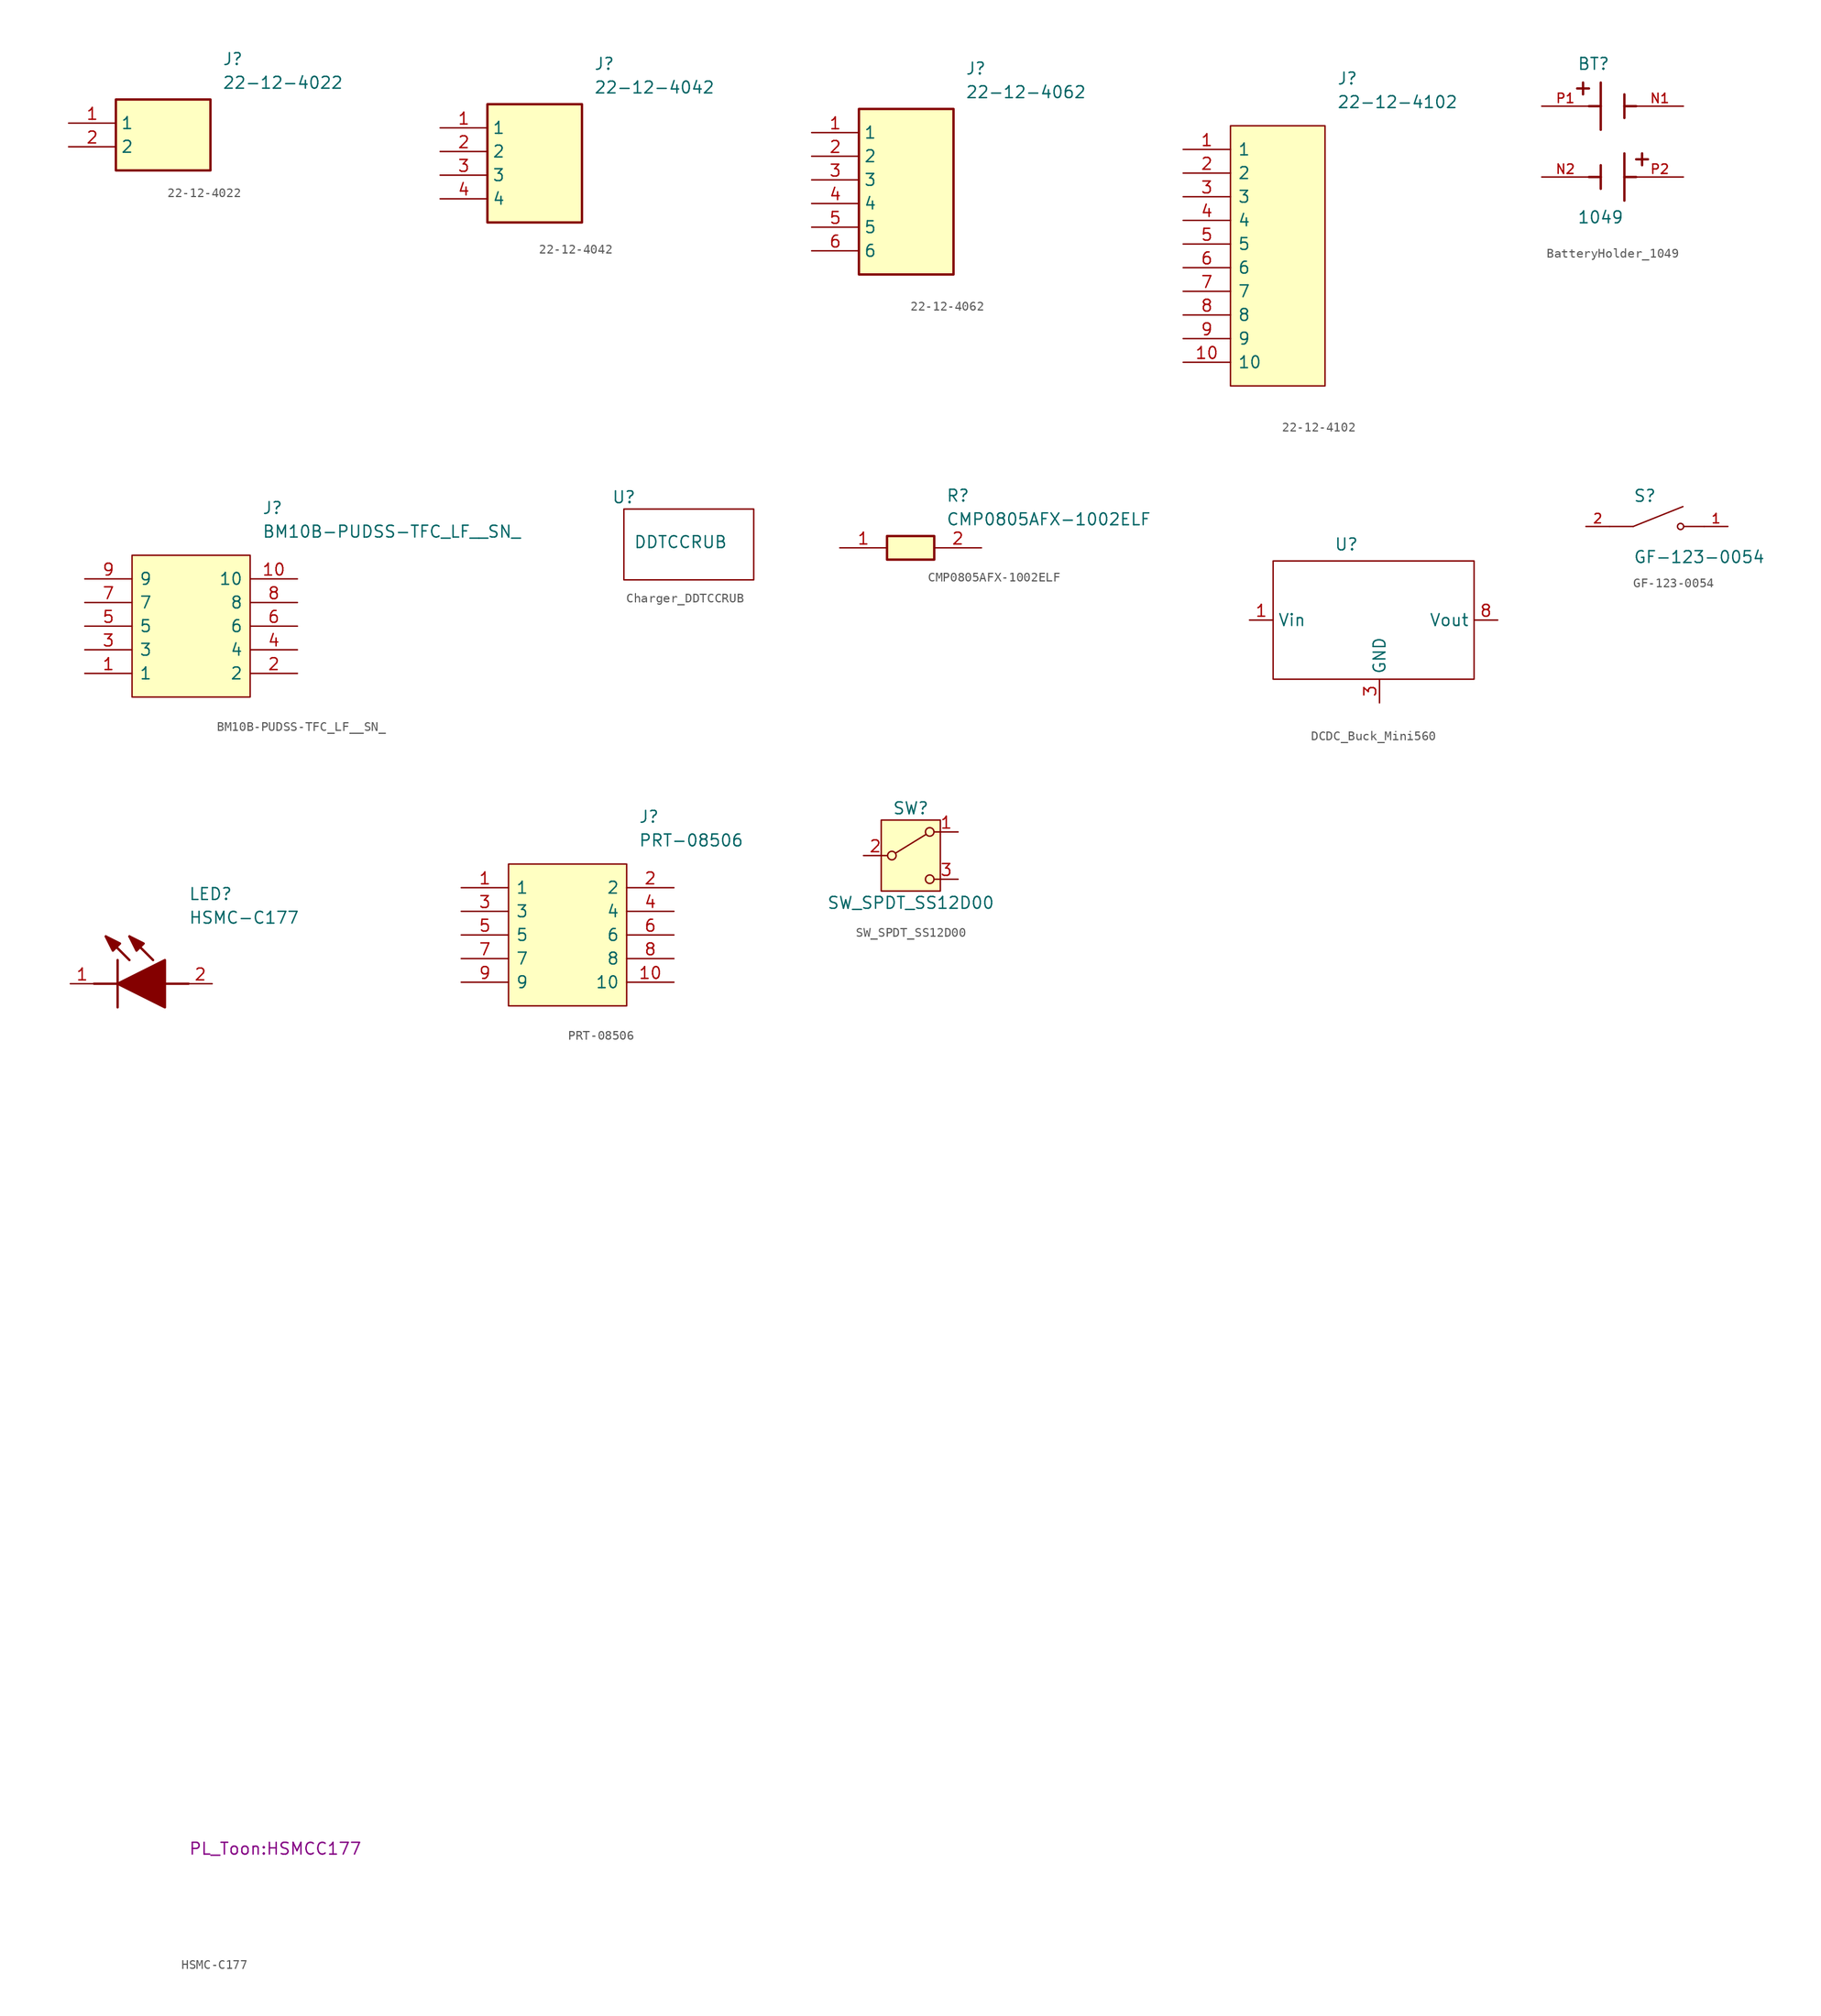
<source format=kicad_sym>
(kicad_symbol_lib
  (version 20231120)
  (generator "kicad_symbol_editor")
  (generator_version "8.0")
  (symbol "22-12-4022"
    (property "Reference" "J"
      (at 16.51 7.62 0)
      (effects (font (size 1.27 1.27)) (justify left top)))
    (property "Value" "22-12-4022"
      (at 16.51 5.08 0)
      (effects (font (size 1.27 1.27)) (justify left top)))
    (symbol "22-12-4022_1_1"
      (rectangle (start 5.08 2.54) (end 15.24 -5.08) (stroke (width 0.254) (type default)) (fill (type background)))
      (pin passive line (at 0 0 0) (length 5.08) (name "1" (effects (font (size 1.27 1.27)))) (number "1" (effects (font (size 1.27 1.27)))))
      (pin passive line (at 0 -2.54 0) (length 5.08) (name "2" (effects (font (size 1.27 1.27)))) (number "2" (effects (font (size 1.27 1.27)))))))
  (symbol "22-12-4042"
    (property "Reference" "J"
      (at 16.51 7.62 0)
      (effects (font (size 1.27 1.27)) (justify left top)))
    (property "Value" "22-12-4042"
      (at 16.51 5.08 0)
      (effects (font (size 1.27 1.27)) (justify left top)))
    (symbol "22-12-4042_1_1"
      (rectangle (start 5.08 2.54) (end 15.24 -10.16) (stroke (width 0.254) (type default)) (fill (type background)))
      (pin passive line (at 0 0 0) (length 5.08) (name "1" (effects (font (size 1.27 1.27)))) (number "1" (effects (font (size 1.27 1.27)))))
      (pin passive line (at 0 -2.54 0) (length 5.08) (name "2" (effects (font (size 1.27 1.27)))) (number "2" (effects (font (size 1.27 1.27)))))
      (pin passive line (at 0 -5.08 0) (length 5.08) (name "3" (effects (font (size 1.27 1.27)))) (number "3" (effects (font (size 1.27 1.27)))))
      (pin passive line (at 0 -7.62 0) (length 5.08) (name "4" (effects (font (size 1.27 1.27)))) (number "4" (effects (font (size 1.27 1.27)))))))
  (symbol "22-12-4062"
    (property "Reference" "J"
      (at 16.51 7.62 0)
      (effects (font (size 1.27 1.27)) (justify left top)))
    (property "Value" "22-12-4062"
      (at 16.51 5.08 0)
      (effects (font (size 1.27 1.27)) (justify left top)))
    (symbol "22-12-4062_1_1"
      (rectangle (start 5.08 2.54) (end 15.24 -15.24) (stroke (width 0.254) (type default)) (fill (type background)))
      (pin passive line (at 0 0 0) (length 5.08) (name "1" (effects (font (size 1.27 1.27)))) (number "1" (effects (font (size 1.27 1.27)))))
      (pin passive line (at 0 -2.54 0) (length 5.08) (name "2" (effects (font (size 1.27 1.27)))) (number "2" (effects (font (size 1.27 1.27)))))
      (pin passive line (at 0 -5.08 0) (length 5.08) (name "3" (effects (font (size 1.27 1.27)))) (number "3" (effects (font (size 1.27 1.27)))))
      (pin passive line (at 0 -7.62 0) (length 5.08) (name "4" (effects (font (size 1.27 1.27)))) (number "4" (effects (font (size 1.27 1.27)))))
      (pin passive line (at 0 -10.16 0) (length 5.08) (name "5" (effects (font (size 1.27 1.27)))) (number "5" (effects (font (size 1.27 1.27)))))
      (pin passive line (at 0 -12.7 0) (length 5.08) (name "6" (effects (font (size 1.27 1.27)))) (number "6" (effects (font (size 1.27 1.27)))))))
  (symbol "22-12-4102"
    (pin_names
      (offset 0.762))
    (property "Reference" "J"
      (at 16.51 7.62 0)
      (effects (font (size 1.27 1.27)) (justify left)))
    (property "Value" "22-12-4102"
      (at 16.51 5.08 0)
      (effects (font (size 1.27 1.27)) (justify left)))
    (symbol "22-12-4102_0_0"
      (pin passive line (at 0 0 0) (length 5.08) (name "1" (effects (font (size 1.27 1.27)))) (number "1" (effects (font (size 1.27 1.27)))))
      (pin passive line (at 0 -22.86 0) (length 5.08) (name "10" (effects (font (size 1.27 1.27)))) (number "10" (effects (font (size 1.27 1.27)))))
      (pin passive line (at 0 -2.54 0) (length 5.08) (name "2" (effects (font (size 1.27 1.27)))) (number "2" (effects (font (size 1.27 1.27)))))
      (pin passive line (at 0 -5.08 0) (length 5.08) (name "3" (effects (font (size 1.27 1.27)))) (number "3" (effects (font (size 1.27 1.27)))))
      (pin passive line (at 0 -7.62 0) (length 5.08) (name "4" (effects (font (size 1.27 1.27)))) (number "4" (effects (font (size 1.27 1.27)))))
      (pin passive line (at 0 -10.16 0) (length 5.08) (name "5" (effects (font (size 1.27 1.27)))) (number "5" (effects (font (size 1.27 1.27)))))
      (pin passive line (at 0 -12.7 0) (length 5.08) (name "6" (effects (font (size 1.27 1.27)))) (number "6" (effects (font (size 1.27 1.27)))))
      (pin passive line (at 0 -15.24 0) (length 5.08) (name "7" (effects (font (size 1.27 1.27)))) (number "7" (effects (font (size 1.27 1.27)))))
      (pin passive line (at 0 -17.78 0) (length 5.08) (name "8" (effects (font (size 1.27 1.27)))) (number "8" (effects (font (size 1.27 1.27)))))
      (pin passive line (at 0 -20.32 0) (length 5.08) (name "9" (effects (font (size 1.27 1.27)))) (number "9" (effects (font (size 1.27 1.27))))))
    (symbol "22-12-4102_1_1"
      (polyline (pts (xy 5.08 2.54) (xy 15.24 2.54) (xy 15.24 -25.4) (xy 5.08 -25.4) (xy 5.08 2.54)) (stroke (width 0.152) (type solid)) (fill (type background)))))
  (symbol "BatteryHolder_1049"
    (pin_names
      (offset 1.016))
    (property "Reference" "BT"
      (at -3.81 8.89 0)
      (effects (font (size 1.27 1.27)) (justify left bottom)))
    (property "Value" "1049"
      (at -3.81 -7.62 0)
      (effects (font (size 1.27 1.27)) (justify left bottom)))
    (symbol "BatteryHolder_1049_0_0"
      (polyline (pts (xy -3.81 6.985) (xy -2.54 6.985)) (stroke (width 0.254) (type default)) (fill (type none)))
      (polyline (pts (xy -3.175 7.62) (xy -3.175 6.35)) (stroke (width 0.254) (type default)) (fill (type none)))
      (polyline (pts (xy -1.27 -3.81) (xy -1.27 -2.54)) (stroke (width 0.254) (type default)) (fill (type none)))
      (polyline (pts (xy -1.27 -2.54) (xy -2.54 -2.54)) (stroke (width 0.254) (type default)) (fill (type none)))
      (polyline (pts (xy -1.27 -2.54) (xy -1.27 -1.27)) (stroke (width 0.254) (type default)) (fill (type none)))
      (polyline (pts (xy -1.27 5.08) (xy -2.54 5.08)) (stroke (width 0.254) (type default)) (fill (type none)))
      (polyline (pts (xy -1.27 5.08) (xy -1.27 2.54)) (stroke (width 0.254) (type default)) (fill (type none)))
      (polyline (pts (xy -1.27 7.62) (xy -1.27 5.08)) (stroke (width 0.254) (type default)) (fill (type none)))
      (polyline (pts (xy 1.27 -5.08) (xy 1.27 -2.54)) (stroke (width 0.254) (type default)) (fill (type none)))
      (polyline (pts (xy 1.27 -2.54) (xy 1.27 0)) (stroke (width 0.254) (type default)) (fill (type none)))
      (polyline (pts (xy 1.27 -2.54) (xy 2.54 -2.54)) (stroke (width 0.254) (type default)) (fill (type none)))
      (polyline (pts (xy 1.27 5.08) (xy 1.27 3.81)) (stroke (width 0.254) (type default)) (fill (type none)))
      (polyline (pts (xy 1.27 5.08) (xy 2.54 5.08)) (stroke (width 0.254) (type default)) (fill (type none)))
      (polyline (pts (xy 1.27 6.35) (xy 1.27 5.08)) (stroke (width 0.254) (type default)) (fill (type none)))
      (polyline (pts (xy 3.175 -1.27) (xy 3.175 0)) (stroke (width 0.254) (type default)) (fill (type none)))
      (polyline (pts (xy 3.81 -0.635) (xy 2.54 -0.635)) (stroke (width 0.254) (type default)) (fill (type none)))
      (pin passive line (at 7.62 5.08 180) (length 5.08) (name "~" (effects (font (size 1.016 1.016)))) (number "N1" (effects (font (size 1.016 1.016)))))
      (pin passive line (at -7.62 -2.54 0) (length 5.08) (name "~" (effects (font (size 1.016 1.016)))) (number "N2" (effects (font (size 1.016 1.016)))))
      (pin passive line (at -7.62 5.08 0) (length 5.08) (name "~" (effects (font (size 1.016 1.016)))) (number "P1" (effects (font (size 1.016 1.016)))))
      (pin passive line (at 7.62 -2.54 180) (length 5.08) (name "~" (effects (font (size 1.016 1.016)))) (number "P2" (effects (font (size 1.016 1.016)))))))
  (symbol "BM10B-PUDSS-TFC_LF__SN_"
    (pin_names
      (offset 0.762))
    (property "Reference" "J"
      (at 19.05 7.62 0)
      (effects (font (size 1.27 1.27)) (justify left)))
    (property "Value" "BM10B-PUDSS-TFC_LF__SN_"
      (at 19.05 5.08 0)
      (effects (font (size 1.27 1.27)) (justify left)))
    (symbol "BM10B-PUDSS-TFC_LF__SN__0_0"
      (pin passive line (at 0 -10.16 0) (length 5.08) (name "1" (effects (font (size 1.27 1.27)))) (number "1" (effects (font (size 1.27 1.27)))))
      (pin passive line (at 22.86 0 180) (length 5.08) (name "10" (effects (font (size 1.27 1.27)))) (number "10" (effects (font (size 1.27 1.27)))))
      (pin passive line (at 22.86 -10.16 180) (length 5.08) (name "2" (effects (font (size 1.27 1.27)))) (number "2" (effects (font (size 1.27 1.27)))))
      (pin passive line (at 0 -7.62 0) (length 5.08) (name "3" (effects (font (size 1.27 1.27)))) (number "3" (effects (font (size 1.27 1.27)))))
      (pin passive line (at 22.86 -7.62 180) (length 5.08) (name "4" (effects (font (size 1.27 1.27)))) (number "4" (effects (font (size 1.27 1.27)))))
      (pin passive line (at 0 -5.08 0) (length 5.08) (name "5" (effects (font (size 1.27 1.27)))) (number "5" (effects (font (size 1.27 1.27)))))
      (pin passive line (at 22.86 -5.08 180) (length 5.08) (name "6" (effects (font (size 1.27 1.27)))) (number "6" (effects (font (size 1.27 1.27)))))
      (pin passive line (at 0 -2.54 0) (length 5.08) (name "7" (effects (font (size 1.27 1.27)))) (number "7" (effects (font (size 1.27 1.27)))))
      (pin passive line (at 22.86 -2.54 180) (length 5.08) (name "8" (effects (font (size 1.27 1.27)))) (number "8" (effects (font (size 1.27 1.27)))))
      (pin passive line (at 0 0 0) (length 5.08) (name "9" (effects (font (size 1.27 1.27)))) (number "9" (effects (font (size 1.27 1.27))))))
    (symbol "BM10B-PUDSS-TFC_LF__SN__1_1"
      (polyline (pts (xy 5.08 2.54) (xy 17.78 2.54) (xy 17.78 -12.7) (xy 5.08 -12.7) (xy 5.08 2.54)) (stroke (width 0.152) (type solid)) (fill (type color) (color 255 255 194 1)))))
  (symbol "Charger_DDTCCRUB"
    (property "Reference" "U"
      (at -2.54 5.08 0)
      (effects (font (size 1.27 1.27))))
    (property "Value" "DDTCCRUB"
      (at 3.556 0.254 0)
      (effects (font (size 1.27 1.27))))
    (symbol "Charger_DDTCCRUB_0_1"
      (rectangle (start -2.54 3.81) (end 11.43 -3.81) (stroke (width 0) (type default)) (fill (type none)))))
  (symbol "CMP0805AFX-1002ELF"
    (pin_names hide)
    (property "Reference" "R"
      (at 11.43 6.35 0)
      (effects (font (size 1.27 1.27)) (justify left top)))
    (property "Value" "CMP0805AFX-1002ELF"
      (at 11.43 3.81 0)
      (effects (font (size 1.27 1.27)) (justify left top)))
    (symbol "CMP0805AFX-1002ELF_1_1"
      (rectangle (start 5.08 1.27) (end 10.16 -1.27) (stroke (width 0.254) (type default)) (fill (type background)))
      (pin passive line (at 0 0 0) (length 5.08) (name "1" (effects (font (size 1.27 1.27)))) (number "1" (effects (font (size 1.27 1.27)))))
      (pin passive line (at 15.24 0 180) (length 5.08) (name "2" (effects (font (size 1.27 1.27)))) (number "2" (effects (font (size 1.27 1.27)))))))
  (symbol "DCDC_Buck_Mini560"
    (property "Reference" "U"
      (at -2.286 -4.572 0)
      (effects (font (size 1.27 1.27))))
    (property "Value" ""
      (at 0 0 0)
      (effects (font (size 1.27 1.27))))
    (symbol "DCDC_Buck_Mini560_0_1"
      (rectangle (start -10.16 -6.35) (end 11.43 -19.05) (stroke (width 0) (type default)) (fill (type none))))
    (symbol "DCDC_Buck_Mini560_1_1"
      (pin power_in line (at -12.7 -12.7 0) (length 2.54) (name "Vin" (effects (font (size 1.27 1.27)))) (number "1" (effects (font (size 1.27 1.27)))))
      (pin power_in line (at -12.7 -12.7 0) (length 2.54) hide (name "Vin" (effects (font (size 1.27 1.27)))) (number "2" (effects (font (size 1.27 1.27)))))
      (pin passive line (at 1.27 -21.59 90) (length 2.54) (name "GND" (effects (font (size 1.27 1.27)))) (number "3" (effects (font (size 1.27 1.27)))))
      (pin passive line (at 1.27 -21.59 90) (length 2.54) hide (name "GND" (effects (font (size 1.27 1.27)))) (number "4" (effects (font (size 1.27 1.27)))))
      (pin passive line (at 1.27 -21.59 90) (length 2.54) hide (name "GND" (effects (font (size 1.27 1.27)))) (number "5" (effects (font (size 1.27 1.27)))))
      (pin passive line (at 1.27 -21.59 90) (length 2.54) hide (name "GND" (effects (font (size 1.27 1.27)))) (number "6" (effects (font (size 1.27 1.27)))))
      (pin power_out line (at 13.97 -12.7 180) (length 2.54) hide (name "Vout" (effects (font (size 1.27 1.27)))) (number "7" (effects (font (size 1.27 1.27)))))
      (pin power_out line (at 13.97 -12.7 180) (length 2.54) (name "Vout" (effects (font (size 1.27 1.27)))) (number "8" (effects (font (size 1.27 1.27)))))))
  (symbol "GF-123-0054"
    (pin_names
      (offset 1.016))
    (property "Reference" "S"
      (at -2.54 2.54 0)
      (effects (font (size 1.27 1.27)) (justify left bottom)))
    (property "Value" "GF-123-0054"
      (at -2.54 -2.54 0)
      (effects (font (size 1.27 1.27)) (justify left top)))
    (symbol "GF-123-0054_0_0"
      (polyline (pts (xy -2.54 0) (xy -5.08 0)) (stroke (width 0.152) (type default)) (fill (type none)))
      (polyline (pts (xy -2.54 0) (xy 2.794 2.134)) (stroke (width 0.152) (type default)) (fill (type none)))
      (polyline (pts (xy 5.08 0) (xy 2.921 0)) (stroke (width 0.152) (type default)) (fill (type none)))
      (circle (center 2.54 0) (radius 0.33) (stroke (width 0.152) (type default)) (fill (type none)))
      (pin passive line (at 7.62 0 180) (length 2.54) (name "~" (effects (font (size 1.016 1.016)))) (number "1" (effects (font (size 1.016 1.016)))))
      (pin passive line (at -7.62 0 0) (length 2.54) (name "~" (effects (font (size 1.016 1.016)))) (number "2" (effects (font (size 1.016 1.016)))))))
  (symbol "HSMC-C177"
    (pin_names hide)
    (property "Reference" "LED"
      (at 12.7 8.89 0)
      (effects (font (size 1.27 1.27)) (justify left bottom)))
    (property "Value" "HSMC-C177"
      (at 12.7 6.35 0)
      (effects (font (size 1.27 1.27)) (justify left bottom)))
    (property "Footprint" "PL_Toon:HSMCC177"
      (at 12.7 -93.65 0)
      (effects (font (size 1.27 1.27)) (justify left bottom)))
    (symbol "HSMC-C177_1_1"
      (polyline (pts (xy 2.54 0) (xy 5.08 0)) (stroke (width 0.254) (type default)) (fill (type none)))
      (polyline (pts (xy 5.08 2.54) (xy 5.08 -2.54)) (stroke (width 0.254) (type default)) (fill (type none)))
      (polyline (pts (xy 6.35 2.54) (xy 3.81 5.08)) (stroke (width 0.254) (type default)) (fill (type none)))
      (polyline (pts (xy 8.89 2.54) (xy 6.35 5.08)) (stroke (width 0.254) (type default)) (fill (type none)))
      (polyline (pts (xy 10.16 0) (xy 12.7 0)) (stroke (width 0.254) (type default)) (fill (type none)))
      (polyline (pts (xy 5.08 0) (xy 10.16 2.54) (xy 10.16 -2.54) (xy 5.08 0)) (stroke (width 0.254) (type default)) (fill (type outline)))
      (polyline (pts (xy 5.334 4.318) (xy 4.572 3.556) (xy 3.81 5.08) (xy 5.334 4.318)) (stroke (width 0.254) (type default)) (fill (type outline)))
      (polyline (pts (xy 7.874 4.318) (xy 7.112 3.556) (xy 6.35 5.08) (xy 7.874 4.318)) (stroke (width 0.254) (type default)) (fill (type outline)))
      (pin passive line (at 0 0 0) (length 2.54) (name "K" (effects (font (size 1.27 1.27)))) (number "1" (effects (font (size 1.27 1.27)))))
      (pin passive line (at 15.24 0 180) (length 2.54) (name "A" (effects (font (size 1.27 1.27)))) (number "2" (effects (font (size 1.27 1.27)))))))
  (symbol "PRT-08506"
    (pin_names
      (offset 0.762))
    (property "Reference" "J"
      (at 19.05 7.62 0)
      (effects (font (size 1.27 1.27)) (justify left)))
    (property "Value" "PRT-08506"
      (at 19.05 5.08 0)
      (effects (font (size 1.27 1.27)) (justify left)))
    (symbol "PRT-08506_0_0"
      (pin passive line (at 0 0 0) (length 5.08) (name "1" (effects (font (size 1.27 1.27)))) (number "1" (effects (font (size 1.27 1.27)))))
      (pin passive line (at 22.86 -10.16 180) (length 5.08) (name "10" (effects (font (size 1.27 1.27)))) (number "10" (effects (font (size 1.27 1.27)))))
      (pin passive line (at 22.86 0 180) (length 5.08) (name "2" (effects (font (size 1.27 1.27)))) (number "2" (effects (font (size 1.27 1.27)))))
      (pin passive line (at 0 -2.54 0) (length 5.08) (name "3" (effects (font (size 1.27 1.27)))) (number "3" (effects (font (size 1.27 1.27)))))
      (pin passive line (at 22.86 -2.54 180) (length 5.08) (name "4" (effects (font (size 1.27 1.27)))) (number "4" (effects (font (size 1.27 1.27)))))
      (pin passive line (at 0 -5.08 0) (length 5.08) (name "5" (effects (font (size 1.27 1.27)))) (number "5" (effects (font (size 1.27 1.27)))))
      (pin passive line (at 22.86 -5.08 180) (length 5.08) (name "6" (effects (font (size 1.27 1.27)))) (number "6" (effects (font (size 1.27 1.27)))))
      (pin passive line (at 0 -7.62 0) (length 5.08) (name "7" (effects (font (size 1.27 1.27)))) (number "7" (effects (font (size 1.27 1.27)))))
      (pin passive line (at 22.86 -7.62 180) (length 5.08) (name "8" (effects (font (size 1.27 1.27)))) (number "8" (effects (font (size 1.27 1.27)))))
      (pin passive line (at 0 -10.16 0) (length 5.08) (name "9" (effects (font (size 1.27 1.27)))) (number "9" (effects (font (size 1.27 1.27))))))
    (symbol "PRT-08506_1_1"
      (polyline (pts (xy 5.08 2.54) (xy 17.78 2.54) (xy 17.78 -12.7) (xy 5.08 -12.7) (xy 5.08 2.54)) (stroke (width 0.152) (type solid)) (fill (type color) (color 255 255 194 1)))))
  (symbol "SW_SPDT_SS12D00"
    (pin_names
      (offset 0) hide)
    (property "Reference" "SW"
      (at 0 5.08 0)
      (effects (font (size 1.27 1.27))))
    (property "Value" "SW_SPDT_SS12D00"
      (at 0 -5.08 0)
      (effects (font (size 1.27 1.27))))
    (symbol "SW_SPDT_SS12D00_0_1"
      (circle (center -2.032 0) (radius 0.457) (stroke (width 0) (type default)) (fill (type none)))
      (polyline (pts (xy -1.651 0.254) (xy 1.651 2.286)) (stroke (width 0) (type default)) (fill (type none)))
      (circle (center 2.032 -2.54) (radius 0.457) (stroke (width 0) (type default)) (fill (type none)))
      (circle (center 2.032 2.54) (radius 0.457) (stroke (width 0) (type default)) (fill (type none))))
    (symbol "SW_SPDT_SS12D00_1_1"
      (rectangle (start -3.175 3.81) (end 3.175 -3.81) (stroke (width 0) (type default)) (fill (type background)))
      (pin passive line (at 5.08 2.54 180) (length 2.54) (name "A" (effects (font (size 1.27 1.27)))) (number "1" (effects (font (size 1.27 1.27)))))
      (pin passive line (at -5.08 0 0) (length 2.54) (name "B" (effects (font (size 1.27 1.27)))) (number "2" (effects (font (size 1.27 1.27)))))
      (pin passive line (at 5.08 -2.54 180) (length 2.54) (name "C" (effects (font (size 1.27 1.27)))) (number "3" (effects (font (size 1.27 1.27))))))))
</source>
